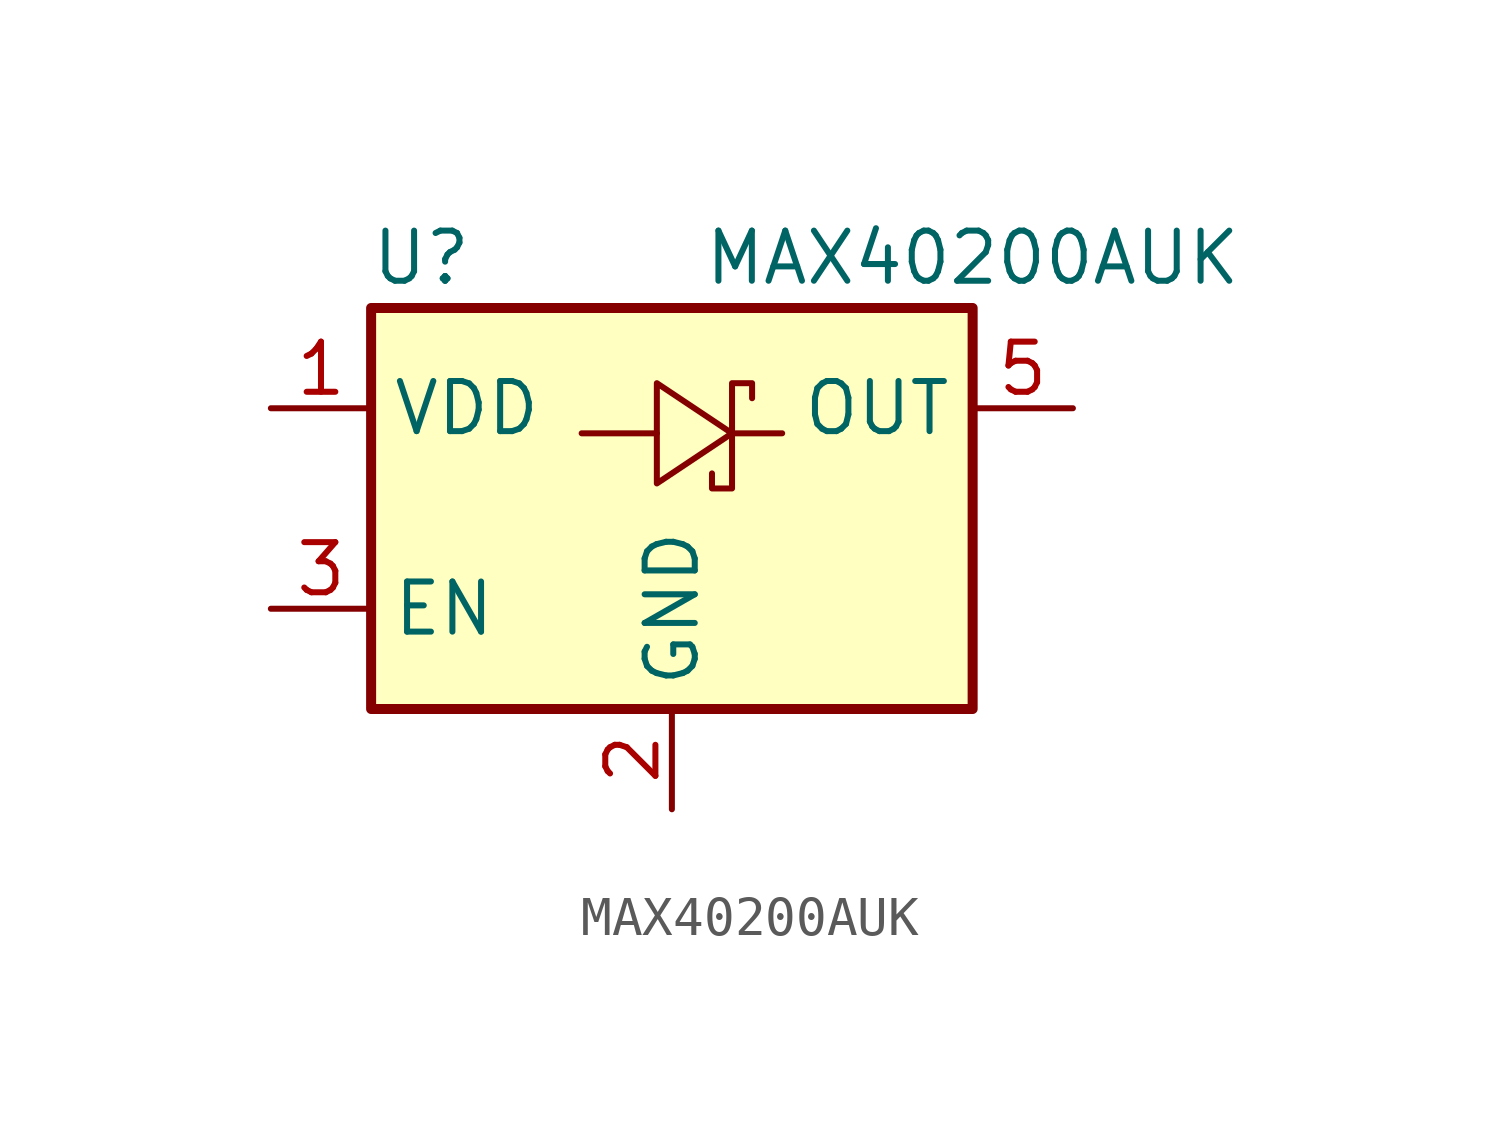
<source format=kicad_sym>
(kicad_symbol_lib
  (version 20241209)
  (generator "kicad_symbol_editor")
  (generator_version "9.0")
  (symbol "MAX40200AUK"
    (property "Reference" "U"
      (at -6.35 6.35 0)
      (effects (font (size 1.27 1.27))))
    (property "Value" "MAX40200AUK"
      (at 7.62 6.35 0)
      (effects (font (size 1.27 1.27))))
    (symbol "MAX40200AUK_0_1"
      (polyline (pts (xy -0.381 3.175) (xy -0.381 0.635) (xy 1.524 1.905) (xy -0.381 3.175)) (stroke (width 0) (type solid)) (fill (type none)))
      (polyline (pts (xy -0.381 1.905) (xy -2.286 1.905)) (stroke (width 0) (type solid)) (fill (type none)))
      (polyline (pts (xy 1.524 1.905) (xy 2.794 1.905)) (stroke (width 0) (type solid)) (fill (type none)))
      (polyline (pts (xy 1.524 1.905) (xy 1.524 3.175) (xy 2.032 3.175) (xy 2.032 2.794)) (stroke (width 0) (type solid)) (fill (type none)))
      (polyline (pts (xy 1.524 1.905) (xy 1.524 0.508) (xy 1.143 0.508) (xy 1.016 0.508) (xy 1.016 0.889)) (stroke (width 0) (type solid)) (fill (type none))))
    (symbol "MAX40200AUK_1_1"
      (rectangle (start -7.62 -5.08) (end 7.62 5.08) (stroke (width 0.254) (type solid)) (fill (type background)))
      (pin power_in line (at -10.16 2.54 0) (length 2.54) (name "VDD" (effects (font (size 1.27 1.27)))) (number "1" (effects (font (size 1.27 1.27)))))
      (pin input line (at -10.16 -2.54 0) (length 2.54) (name "EN" (effects (font (size 1.27 1.27)))) (number "3" (effects (font (size 1.27 1.27)))))
      (pin power_in line (at 0 -7.62 90) (length 2.54) (name "GND" (effects (font (size 1.27 1.27)))) (number "2" (effects (font (size 1.27 1.27)))))
      (pin no_connect line (at 7.62 -2.54 180) (length 2.54) (hide yes) (name "NC" (effects (font (size 1.27 1.27)))) (number "4" (effects (font (size 1.27 1.27)))))
      (pin passive line (at 10.16 2.54 180) (length 2.54) (name "OUT" (effects (font (size 1.27 1.27)))) (number "5" (effects (font (size 1.27 1.27))))))))
</source>
